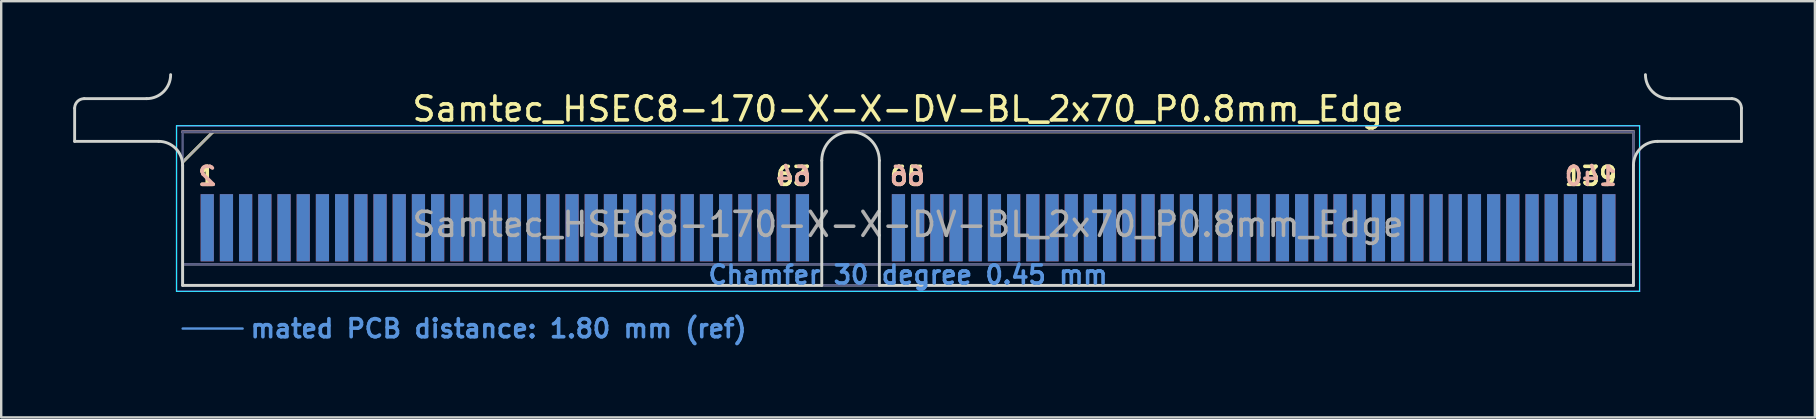
<source format=kicad_pcb>
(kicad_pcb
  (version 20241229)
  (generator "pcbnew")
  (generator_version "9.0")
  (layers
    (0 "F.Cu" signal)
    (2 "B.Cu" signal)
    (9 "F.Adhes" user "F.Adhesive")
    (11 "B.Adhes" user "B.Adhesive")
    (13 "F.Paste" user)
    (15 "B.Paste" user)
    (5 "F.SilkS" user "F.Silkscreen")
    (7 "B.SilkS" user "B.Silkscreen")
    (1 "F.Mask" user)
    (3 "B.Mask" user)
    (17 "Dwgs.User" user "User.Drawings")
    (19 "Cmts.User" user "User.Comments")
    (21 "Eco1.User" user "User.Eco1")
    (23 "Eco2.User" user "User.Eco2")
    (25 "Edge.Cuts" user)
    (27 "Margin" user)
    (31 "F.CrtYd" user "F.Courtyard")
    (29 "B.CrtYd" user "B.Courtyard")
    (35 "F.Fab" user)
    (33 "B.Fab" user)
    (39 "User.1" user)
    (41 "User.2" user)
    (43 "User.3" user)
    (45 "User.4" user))
  (footprint "Samtec_HSEC8-170-X-X-DV-BL_2x70_P0.8mm_Edge"
    (layer "F.Cu")
    (at 34.785 8.84)
    (property "Reference" "Samtec_HSEC8-170-X-X-DV-BL_2x70_P0.8mm_Edge" (at 0 -7.35 0) (layer "F.SilkS") (effects (font (size 1 1) (thickness 0.15))))
    (attr exclude_from_pos_files exclude_from_bom)
    (fp_line (start -30.225 -5.13) (end -28.955 -6.4) (stroke (width 0.12) (type solid)) (layer "F.SilkS"))
    (fp_line (start -28.955 -6.4) (end 30.225 -6.4) (stroke (width 0.12) (type solid)) (layer "F.SilkS"))
    (fp_line (start -30.225 -6.4) (end -30.225 -6.4) (stroke (width 0.12) (type solid)) (layer "B.SilkS"))
    (fp_line (start -30.225 -6.4) (end 30.225 -6.4) (stroke (width 0.12) (type solid)) (layer "B.SilkS"))
    (fp_line (start -30.225 1.8) (end -27.725 1.8) (stroke (width 0.1) (type solid)) (layer "Cmts.User"))
    (fp_line (start -34.725 -6) (end -34.725 -7.38) (stroke (width 0.12) (type solid)) (layer "Edge.Cuts"))
    (fp_line (start -34.325 -7.78) (end -31.725 -7.78) (stroke (width 0.12) (type solid)) (layer "Edge.Cuts"))
    (fp_line (start -31.225 -6) (end -34.725 -6) (stroke (width 0.12) (type solid)) (layer "Edge.Cuts"))
    (fp_line (start -30.225 -5) (end -30.225 0) (stroke (width 0.12) (type solid)) (layer "Edge.Cuts"))
    (fp_line (start -30.225 0) (end -3.595 0) (stroke (width 0.12) (type solid)) (layer "Edge.Cuts"))
    (fp_line (start -3.595 0) (end -3.595 -5.2) (stroke (width 0.12) (type solid)) (layer "Edge.Cuts"))
    (fp_line (start -1.195 -5.2) (end -1.195 0) (stroke (width 0.12) (type solid)) (layer "Edge.Cuts"))
    (fp_line (start -1.195 0) (end 30.225 0) (stroke (width 0.12) (type solid)) (layer "Edge.Cuts"))
    (fp_line (start 30.225 0) (end 30.225 -5) (stroke (width 0.12) (type solid)) (layer "Edge.Cuts"))
    (fp_line (start 31.225 -6) (end 34.725 -6) (stroke (width 0.12) (type solid)) (layer "Edge.Cuts"))
    (fp_line (start 34.325 -7.78) (end 31.725 -7.78) (stroke (width 0.12) (type solid)) (layer "Edge.Cuts"))
    (fp_line (start 34.725 -6) (end 34.725 -7.38) (stroke (width 0.12) (type solid)) (layer "Edge.Cuts"))
    (fp_arc (start -34.725 -7.38) (mid -34.607843 -7.662843) (end -34.325 -7.78) (stroke (width 0.12) (type solid)) (layer "Edge.Cuts"))
    (fp_arc (start -31.225 -6) (mid -30.517893 -5.707107) (end -30.225 -5) (stroke (width 0.12) (type solid)) (layer "Edge.Cuts"))
    (fp_arc (start -30.725 -8.78) (mid -31.017893 -8.072893) (end -31.725 -7.78) (stroke (width 0.12) (type solid)) (layer "Edge.Cuts"))
    (fp_arc (start -3.595 -5.2) (mid -2.395 -6.4) (end -1.195 -5.2) (stroke (width 0.12) (type solid)) (layer "Edge.Cuts"))
    (fp_arc (start 30.225 -5) (mid 30.517893 -5.707107) (end 31.225 -6) (stroke (width 0.12) (type solid)) (layer "Edge.Cuts"))
    (fp_arc (start 31.725 -7.78) (mid 31.017893 -8.072893) (end 30.725 -8.78) (stroke (width 0.12) (type solid)) (layer "Edge.Cuts"))
    (fp_arc (start 34.325 -7.78) (mid 34.607843 -7.662843) (end 34.725 -7.38) (stroke (width 0.12) (type solid)) (layer "Edge.Cuts"))
    (fp_line (start -30.48 -6.65) (end -30.48 0.25) (stroke (width 0.05) (type solid)) (layer "B.CrtYd"))
    (fp_line (start -30.48 0.25) (end 30.48 0.25) (stroke (width 0.05) (type solid)) (layer "B.CrtYd"))
    (fp_line (start 30.48 -6.65) (end -30.48 -6.65) (stroke (width 0.05) (type solid)) (layer "B.CrtYd"))
    (fp_line (start 30.48 0.25) (end 30.48 -6.65) (stroke (width 0.05) (type solid)) (layer "B.CrtYd"))
    (fp_line (start -30.48 -6.65) (end -30.48 0.25) (stroke (width 0.05) (type solid)) (layer "F.CrtYd"))
    (fp_line (start -30.48 0.25) (end 30.48 0.25) (stroke (width 0.05) (type solid)) (layer "F.CrtYd"))
    (fp_line (start 30.48 -6.65) (end -30.48 -6.65) (stroke (width 0.05) (type solid)) (layer "F.CrtYd"))
    (fp_line (start 30.48 0.25) (end 30.48 -6.65) (stroke (width 0.05) (type solid)) (layer "F.CrtYd"))
    (fp_line (start -30.225 -6.4) (end -30.225 -6.4) (stroke (width 0.1) (type solid)) (layer "B.Fab"))
    (fp_line (start -30.225 -6.4) (end -30.225 0) (stroke (width 0.1) (type solid)) (layer "B.Fab"))
    (fp_line (start -30.225 -6.4) (end 30.225 -6.4) (stroke (width 0.1) (type solid)) (layer "B.Fab"))
    (fp_line (start -30.225 -0.88) (end 30.225 -0.88) (stroke (width 0.1) (type solid)) (layer "B.Fab"))
    (fp_line (start -30.225 0) (end 30.225 0) (stroke (width 0.1) (type solid)) (layer "B.Fab"))
    (fp_line (start 30.225 -6.4) (end 30.225 0) (stroke (width 0.1) (type solid)) (layer "B.Fab"))
    (fp_line (start -30.225 -5.13) (end -30.225 0) (stroke (width 0.1) (type solid)) (layer "F.Fab"))
    (fp_line (start -30.225 -5.13) (end -28.955 -6.4) (stroke (width 0.1) (type solid)) (layer "F.Fab"))
    (fp_line (start -30.225 -0.88) (end 30.225 -0.88) (stroke (width 0.1) (type solid)) (layer "F.Fab"))
    (fp_line (start -30.225 0) (end 30.225 0) (stroke (width 0.1) (type solid)) (layer "F.Fab"))
    (fp_line (start -28.955 -6.4) (end 30.225 -6.4) (stroke (width 0.1) (type solid)) (layer "F.Fab"))
    (fp_line (start 30.225 -6.4) (end 30.225 0) (stroke (width 0.1) (type solid)) (layer "F.Fab"))
    (fp_text user "63" (at -4.775 -4.55 0) (layer "F.SilkS") (effects (font (size 0.75 0.75) (thickness 0.15))))
    (fp_text user "1" (at -29.2 -4.55 0) (layer "F.SilkS") (effects (font (size 0.75 0.75) (thickness 0.15))))
    (fp_text user "65" (at -0.025 -4.55 0) (layer "F.SilkS") (effects (font (size 0.75 0.75) (thickness 0.15))))
    (fp_text user "139" (at 28.45 -4.55 0) (layer "F.SilkS") (effects (font (size 0.75 0.75) (thickness 0.15))))
    (fp_text user "66" (at -0.025 -4.55 0) (layer "B.SilkS") (effects (font (size 0.75 0.75) (thickness 0.15)) (justify mirror)))
    (fp_text user "64" (at -4.775 -4.55 0) (layer "B.SilkS") (effects (font (size 0.75 0.75) (thickness 0.15)) (justify mirror)))
    (fp_text user "2" (at -29.2 -4.55 0) (layer "B.SilkS") (effects (font (size 0.75 0.75) (thickness 0.15)) (justify mirror)))
    (fp_text user "140" (at 28.45 -4.55 0) (layer "B.SilkS") (effects (font (size 0.75 0.75) (thickness 0.15)) (justify mirror)))
    (fp_text user "mated PCB distance: 1.80 mm (ref)" (at -27.48 1.8 0) (layer "Cmts.User") (effects (font (size 0.75 0.75) (thickness 0.15)) (justify left)))
    (fp_text user "Chamfer 30 degree 0.45 mm" (at 0 -0.44 0) (layer "Cmts.User") (effects (font (size 0.75 0.75) (thickness 0.15))))
    (fp_text user "${REFERENCE}" (at 0 -2.54 0) (layer "F.Fab") (effects (font (size 1 1) (thickness 0.15))))
    (pad "1" connect rect (at -29.2 -2.4) (size 0.55 2.8) (layers "F.Cu" "F.Mask"))
    (pad "2" connect rect (at -29.2 -2.4) (size 0.55 2.8) (layers "B.Cu" "B.Mask"))
    (pad "3" connect rect (at -28.4 -2.4) (size 0.55 2.8) (layers "F.Cu" "F.Mask"))
    (pad "4" connect rect (at -28.4 -2.4) (size 0.55 2.8) (layers "B.Cu" "B.Mask"))
    (pad "5" connect rect (at -27.6 -2.4) (size 0.55 2.8) (layers "F.Cu" "F.Mask"))
    (pad "6" connect rect (at -27.6 -2.4) (size 0.55 2.8) (layers "B.Cu" "B.Mask"))
    (pad "7" connect rect (at -26.8 -2.4) (size 0.55 2.8) (layers "F.Cu" "F.Mask"))
    (pad "8" connect rect (at -26.8 -2.4) (size 0.55 2.8) (layers "B.Cu" "B.Mask"))
    (pad "9" connect rect (at -26 -2.4) (size 0.55 2.8) (layers "F.Cu" "F.Mask"))
    (pad "10" connect rect (at -26 -2.4) (size 0.55 2.8) (layers "B.Cu" "B.Mask"))
    (pad "11" connect rect (at -25.2 -2.4) (size 0.55 2.8) (layers "F.Cu" "F.Mask"))
    (pad "12" connect rect (at -25.2 -2.4) (size 0.55 2.8) (layers "B.Cu" "B.Mask"))
    (pad "13" connect rect (at -24.4 -2.4) (size 0.55 2.8) (layers "F.Cu" "F.Mask"))
    (pad "14" connect rect (at -24.4 -2.4) (size 0.55 2.8) (layers "B.Cu" "B.Mask"))
    (pad "15" connect rect (at -23.6 -2.4) (size 0.55 2.8) (layers "F.Cu" "F.Mask"))
    (pad "16" connect rect (at -23.6 -2.4) (size 0.55 2.8) (layers "B.Cu" "B.Mask"))
    (pad "17" connect rect (at -22.8 -2.4) (size 0.55 2.8) (layers "F.Cu" "F.Mask"))
    (pad "18" connect rect (at -22.8 -2.4) (size 0.55 2.8) (layers "B.Cu" "B.Mask"))
    (pad "19" connect rect (at -22 -2.4) (size 0.55 2.8) (layers "F.Cu" "F.Mask"))
    (pad "20" connect rect (at -22 -2.4) (size 0.55 2.8) (layers "B.Cu" "B.Mask"))
    (pad "21" connect rect (at -21.2 -2.4) (size 0.55 2.8) (layers "F.Cu" "F.Mask"))
    (pad "22" connect rect (at -21.2 -2.4) (size 0.55 2.8) (layers "B.Cu" "B.Mask"))
    (pad "23" connect rect (at -20.4 -2.4) (size 0.55 2.8) (layers "F.Cu" "F.Mask"))
    (pad "24" connect rect (at -20.4 -2.4) (size 0.55 2.8) (layers "B.Cu" "B.Mask"))
    (pad "25" connect rect (at -19.6 -2.4) (size 0.55 2.8) (layers "F.Cu" "F.Mask"))
    (pad "26" connect rect (at -19.6 -2.4) (size 0.55 2.8) (layers "B.Cu" "B.Mask"))
    (pad "27" connect rect (at -18.8 -2.4) (size 0.55 2.8) (layers "F.Cu" "F.Mask"))
    (pad "28" connect rect (at -18.8 -2.4) (size 0.55 2.8) (layers "B.Cu" "B.Mask"))
    (pad "29" connect rect (at -18 -2.4) (size 0.55 2.8) (layers "F.Cu" "F.Mask"))
    (pad "30" connect rect (at -18 -2.4) (size 0.55 2.8) (layers "B.Cu" "B.Mask"))
    (pad "31" connect rect (at -17.2 -2.4) (size 0.55 2.8) (layers "F.Cu" "F.Mask"))
    (pad "32" connect rect (at -17.2 -2.4) (size 0.55 2.8) (layers "B.Cu" "B.Mask"))
    (pad "33" connect rect (at -16.4 -2.4) (size 0.55 2.8) (layers "F.Cu" "F.Mask"))
    (pad "34" connect rect (at -16.4 -2.4) (size 0.55 2.8) (layers "B.Cu" "B.Mask"))
    (pad "35" connect rect (at -15.6 -2.4) (size 0.55 2.8) (layers "F.Cu" "F.Mask"))
    (pad "36" connect rect (at -15.6 -2.4) (size 0.55 2.8) (layers "B.Cu" "B.Mask"))
    (pad "37" connect rect (at -14.8 -2.4) (size 0.55 2.8) (layers "F.Cu" "F.Mask"))
    (pad "38" connect rect (at -14.8 -2.4) (size 0.55 2.8) (layers "B.Cu" "B.Mask"))
    (pad "39" connect rect (at -14 -2.4) (size 0.55 2.8) (layers "F.Cu" "F.Mask"))
    (pad "40" connect rect (at -14 -2.4) (size 0.55 2.8) (layers "B.Cu" "B.Mask"))
    (pad "41" connect rect (at -13.2 -2.4) (size 0.55 2.8) (layers "F.Cu" "F.Mask"))
    (pad "42" connect rect (at -13.2 -2.4) (size 0.55 2.8) (layers "B.Cu" "B.Mask"))
    (pad "43" connect rect (at -12.4 -2.4) (size 0.55 2.8) (layers "F.Cu" "F.Mask"))
    (pad "44" connect rect (at -12.4 -2.4) (size 0.55 2.8) (layers "B.Cu" "B.Mask"))
    (pad "45" connect rect (at -11.6 -2.4) (size 0.55 2.8) (layers "F.Cu" "F.Mask"))
    (pad "46" connect rect (at -11.6 -2.4) (size 0.55 2.8) (layers "B.Cu" "B.Mask"))
    (pad "47" connect rect (at -10.8 -2.4) (size 0.55 2.8) (layers "F.Cu" "F.Mask"))
    (pad "48" connect rect (at -10.8 -2.4) (size 0.55 2.8) (layers "B.Cu" "B.Mask"))
    (pad "49" connect rect (at -10 -2.4) (size 0.55 2.8) (layers "F.Cu" "F.Mask"))
    (pad "50" connect rect (at -10 -2.4) (size 0.55 2.8) (layers "B.Cu" "B.Mask"))
    (pad "51" connect rect (at -9.2 -2.4) (size 0.55 2.8) (layers "F.Cu" "F.Mask"))
    (pad "52" connect rect (at -9.2 -2.4) (size 0.55 2.8) (layers "B.Cu" "B.Mask"))
    (pad "53" connect rect (at -8.4 -2.4) (size 0.55 2.8) (layers "F.Cu" "F.Mask"))
    (pad "54" connect rect (at -8.4 -2.4) (size 0.55 2.8) (layers "B.Cu" "B.Mask"))
    (pad "55" connect rect (at -7.6 -2.4) (size 0.55 2.8) (layers "F.Cu" "F.Mask"))
    (pad "56" connect rect (at -7.6 -2.4) (size 0.55 2.8) (layers "B.Cu" "B.Mask"))
    (pad "57" connect rect (at -6.8 -2.4) (size 0.55 2.8) (layers "F.Cu" "F.Mask"))
    (pad "58" connect rect (at -6.8 -2.4) (size 0.55 2.8) (layers "B.Cu" "B.Mask"))
    (pad "59" connect rect (at -6 -2.4) (size 0.55 2.8) (layers "F.Cu" "F.Mask"))
    (pad "60" connect rect (at -6 -2.4) (size 0.55 2.8) (layers "B.Cu" "B.Mask"))
    (pad "61" connect rect (at -5.2 -2.4) (size 0.55 2.8) (layers "F.Cu" "F.Mask"))
    (pad "62" connect rect (at -5.2 -2.4) (size 0.55 2.8) (layers "B.Cu" "B.Mask"))
    (pad "63" connect rect (at -4.4 -2.4) (size 0.55 2.8) (layers "F.Cu" "F.Mask"))
    (pad "64" connect rect (at -4.4 -2.4) (size 0.55 2.8) (layers "B.Cu" "B.Mask"))
    (pad "65" connect rect (at -0.4 -2.4) (size 0.55 2.8) (layers "F.Cu" "F.Mask"))
    (pad "66" connect rect (at -0.4 -2.4) (size 0.55 2.8) (layers "B.Cu" "B.Mask"))
    (pad "67" connect rect (at 0.4 -2.4) (size 0.55 2.8) (layers "F.Cu" "F.Mask"))
    (pad "68" connect rect (at 0.4 -2.4) (size 0.55 2.8) (layers "B.Cu" "B.Mask"))
    (pad "69" connect rect (at 1.2 -2.4) (size 0.55 2.8) (layers "F.Cu" "F.Mask"))
    (pad "70" connect rect (at 1.2 -2.4) (size 0.55 2.8) (layers "B.Cu" "B.Mask"))
    (pad "71" connect rect (at 2 -2.4) (size 0.55 2.8) (layers "F.Cu" "F.Mask"))
    (pad "72" connect rect (at 2 -2.4) (size 0.55 2.8) (layers "B.Cu" "B.Mask"))
    (pad "73" connect rect (at 2.8 -2.4) (size 0.55 2.8) (layers "F.Cu" "F.Mask"))
    (pad "74" connect rect (at 2.8 -2.4) (size 0.55 2.8) (layers "B.Cu" "B.Mask"))
    (pad "75" connect rect (at 3.6 -2.4) (size 0.55 2.8) (layers "F.Cu" "F.Mask"))
    (pad "76" connect rect (at 3.6 -2.4) (size 0.55 2.8) (layers "B.Cu" "B.Mask"))
    (pad "77" connect rect (at 4.4 -2.4) (size 0.55 2.8) (layers "F.Cu" "F.Mask"))
    (pad "78" connect rect (at 4.4 -2.4) (size 0.55 2.8) (layers "B.Cu" "B.Mask"))
    (pad "79" connect rect (at 5.2 -2.4) (size 0.55 2.8) (layers "F.Cu" "F.Mask"))
    (pad "80" connect rect (at 5.2 -2.4) (size 0.55 2.8) (layers "B.Cu" "B.Mask"))
    (pad "81" connect rect (at 6 -2.4) (size 0.55 2.8) (layers "F.Cu" "F.Mask"))
    (pad "82" connect rect (at 6 -2.4) (size 0.55 2.8) (layers "B.Cu" "B.Mask"))
    (pad "83" connect rect (at 6.8 -2.4) (size 0.55 2.8) (layers "F.Cu" "F.Mask"))
    (pad "84" connect rect (at 6.8 -2.4) (size 0.55 2.8) (layers "B.Cu" "B.Mask"))
    (pad "85" connect rect (at 7.6 -2.4) (size 0.55 2.8) (layers "F.Cu" "F.Mask"))
    (pad "86" connect rect (at 7.6 -2.4) (size 0.55 2.8) (layers "B.Cu" "B.Mask"))
    (pad "87" connect rect (at 8.4 -2.4) (size 0.55 2.8) (layers "F.Cu" "F.Mask"))
    (pad "88" connect rect (at 8.4 -2.4) (size 0.55 2.8) (layers "B.Cu" "B.Mask"))
    (pad "89" connect rect (at 9.2 -2.4) (size 0.55 2.8) (layers "F.Cu" "F.Mask"))
    (pad "90" connect rect (at 9.2 -2.4) (size 0.55 2.8) (layers "B.Cu" "B.Mask"))
    (pad "91" connect rect (at 10 -2.4) (size 0.55 2.8) (layers "F.Cu" "F.Mask"))
    (pad "92" connect rect (at 10 -2.4) (size 0.55 2.8) (layers "B.Cu" "B.Mask"))
    (pad "93" connect rect (at 10.8 -2.4) (size 0.55 2.8) (layers "F.Cu" "F.Mask"))
    (pad "94" connect rect (at 10.8 -2.4) (size 0.55 2.8) (layers "B.Cu" "B.Mask"))
    (pad "95" connect rect (at 11.6 -2.4) (size 0.55 2.8) (layers "F.Cu" "F.Mask"))
    (pad "96" connect rect (at 11.6 -2.4) (size 0.55 2.8) (layers "B.Cu" "B.Mask"))
    (pad "97" connect rect (at 12.4 -2.4) (size 0.55 2.8) (layers "F.Cu" "F.Mask"))
    (pad "98" connect rect (at 12.4 -2.4) (size 0.55 2.8) (layers "B.Cu" "B.Mask"))
    (pad "99" connect rect (at 13.2 -2.4) (size 0.55 2.8) (layers "F.Cu" "F.Mask"))
    (pad "100" connect rect (at 13.2 -2.4) (size 0.55 2.8) (layers "B.Cu" "B.Mask"))
    (pad "101" connect rect (at 14 -2.4) (size 0.55 2.8) (layers "F.Cu" "F.Mask"))
    (pad "102" connect rect (at 14 -2.4) (size 0.55 2.8) (layers "B.Cu" "B.Mask"))
    (pad "103" connect rect (at 14.8 -2.4) (size 0.55 2.8) (layers "F.Cu" "F.Mask"))
    (pad "104" connect rect (at 14.8 -2.4) (size 0.55 2.8) (layers "B.Cu" "B.Mask"))
    (pad "105" connect rect (at 15.6 -2.4) (size 0.55 2.8) (layers "F.Cu" "F.Mask"))
    (pad "106" connect rect (at 15.6 -2.4) (size 0.55 2.8) (layers "B.Cu" "B.Mask"))
    (pad "107" connect rect (at 16.4 -2.4) (size 0.55 2.8) (layers "F.Cu" "F.Mask"))
    (pad "108" connect rect (at 16.4 -2.4) (size 0.55 2.8) (layers "B.Cu" "B.Mask"))
    (pad "109" connect rect (at 17.2 -2.4) (size 0.55 2.8) (layers "F.Cu" "F.Mask"))
    (pad "110" connect rect (at 17.2 -2.4) (size 0.55 2.8) (layers "B.Cu" "B.Mask"))
    (pad "111" connect rect (at 18 -2.4) (size 0.55 2.8) (layers "F.Cu" "F.Mask"))
    (pad "112" connect rect (at 18 -2.4) (size 0.55 2.8) (layers "B.Cu" "B.Mask"))
    (pad "113" connect rect (at 18.8 -2.4) (size 0.55 2.8) (layers "F.Cu" "F.Mask"))
    (pad "114" connect rect (at 18.8 -2.4) (size 0.55 2.8) (layers "B.Cu" "B.Mask"))
    (pad "115" connect rect (at 19.6 -2.4) (size 0.55 2.8) (layers "F.Cu" "F.Mask"))
    (pad "116" connect rect (at 19.6 -2.4) (size 0.55 2.8) (layers "B.Cu" "B.Mask"))
    (pad "117" connect rect (at 20.4 -2.4) (size 0.55 2.8) (layers "F.Cu" "F.Mask"))
    (pad "118" connect rect (at 20.4 -2.4) (size 0.55 2.8) (layers "B.Cu" "B.Mask"))
    (pad "119" connect rect (at 21.2 -2.4) (size 0.55 2.8) (layers "F.Cu" "F.Mask"))
    (pad "120" connect rect (at 21.2 -2.4) (size 0.55 2.8) (layers "B.Cu" "B.Mask"))
    (pad "121" connect rect (at 22 -2.4) (size 0.55 2.8) (layers "F.Cu" "F.Mask"))
    (pad "122" connect rect (at 22 -2.4) (size 0.55 2.8) (layers "B.Cu" "B.Mask"))
    (pad "123" connect rect (at 22.8 -2.4) (size 0.55 2.8) (layers "F.Cu" "F.Mask"))
    (pad "124" connect rect (at 22.8 -2.4) (size 0.55 2.8) (layers "B.Cu" "B.Mask"))
    (pad "125" connect rect (at 23.6 -2.4) (size 0.55 2.8) (layers "F.Cu" "F.Mask"))
    (pad "126" connect rect (at 23.6 -2.4) (size 0.55 2.8) (layers "B.Cu" "B.Mask"))
    (pad "127" connect rect (at 24.4 -2.4) (size 0.55 2.8) (layers "F.Cu" "F.Mask"))
    (pad "128" connect rect (at 24.4 -2.4) (size 0.55 2.8) (layers "B.Cu" "B.Mask"))
    (pad "129" connect rect (at 25.2 -2.4) (size 0.55 2.8) (layers "F.Cu" "F.Mask"))
    (pad "130" connect rect (at 25.2 -2.4) (size 0.55 2.8) (layers "B.Cu" "B.Mask"))
    (pad "131" connect rect (at 26 -2.4) (size 0.55 2.8) (layers "F.Cu" "F.Mask"))
    (pad "132" connect rect (at 26 -2.4) (size 0.55 2.8) (layers "B.Cu" "B.Mask"))
    (pad "133" connect rect (at 26.8 -2.4) (size 0.55 2.8) (layers "F.Cu" "F.Mask"))
    (pad "134" connect rect (at 26.8 -2.4) (size 0.55 2.8) (layers "B.Cu" "B.Mask"))
    (pad "135" connect rect (at 27.6 -2.4) (size 0.55 2.8) (layers "F.Cu" "F.Mask"))
    (pad "136" connect rect (at 27.6 -2.4) (size 0.55 2.8) (layers "B.Cu" "B.Mask"))
    (pad "137" connect rect (at 28.4 -2.4) (size 0.55 2.8) (layers "F.Cu" "F.Mask"))
    (pad "138" connect rect (at 28.4 -2.4) (size 0.55 2.8) (layers "B.Cu" "B.Mask"))
    (pad "139" connect rect (at 29.2 -2.4) (size 0.55 2.8) (layers "F.Cu" "F.Mask"))
    (pad "140" connect rect (at 29.2 -2.4) (size 0.55 2.8) (layers "B.Cu" "B.Mask")))
  (gr_rect
    (start -3 -3)
    (end 72.57 14.342)
    (stroke (width 0.1) (type default))
    (fill no)
    (layer "Edge.Cuts")))
</source>
